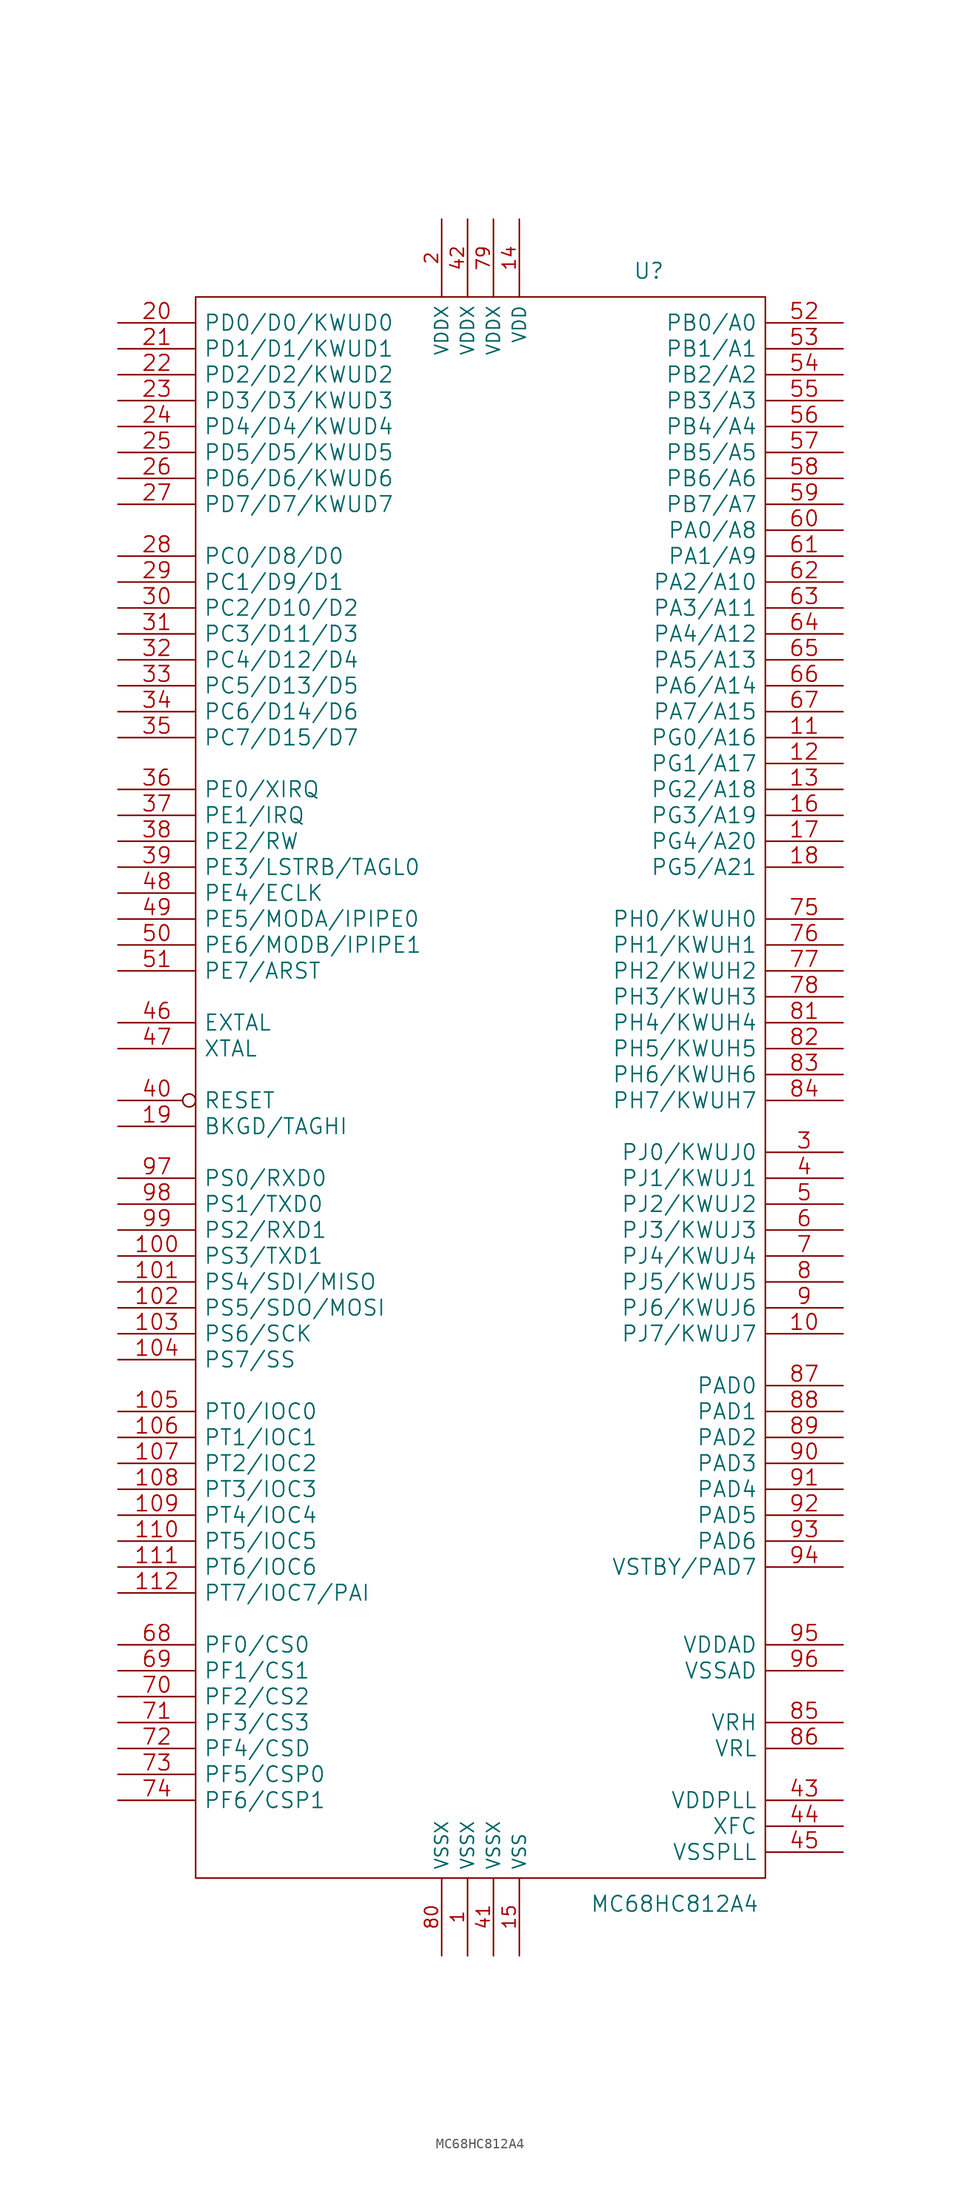
<source format=kicad_sym>
(kicad_symbol_lib
  (version 20211014)
  (generator kicad_symbol_editor)
  (symbol "MC68HC812A4"
    (pin_names
      (offset 0.762))
    (property "Reference" "U"
      (at 16.51 86.36 0)
      (effects (font (size 1.524 1.524))))
    (property "Value" "MC68HC812A4"
      (at 19.05 -73.66 0)
      (effects (font (size 1.524 1.524))))
    (property "Footprint" ""
      (at 0 0 0)
      (effects (font (size 1.524 1.524))))
    (property "Datasheet" ""
      (at 0 0 0)
      (effects (font (size 1.524 1.524))))
    (symbol "MC68HC812A4_0_1"
      (rectangle (start -27.94 83.82) (end 27.94 -71.12) (stroke (width 0) (type default) (color 0 0 0 0)) (fill (type none))))
    (symbol "MC68HC812A4_1_1"
      (pin power_in line (at -1.27 -78.74 90) (length 7.62) (name "VSSX" (effects (font (size 1.27 1.27)))) (number "1" (effects (font (size 1.27 1.27)))))
      (pin bidirectional line (at 35.56 -17.78 180) (length 7.62) (name "PJ7/KWUJ7" (effects (font (size 1.524 1.524)))) (number "10" (effects (font (size 1.524 1.524)))))
      (pin bidirectional line (at -35.56 -10.16 0) (length 7.62) (name "PS3/TXD1" (effects (font (size 1.524 1.524)))) (number "100" (effects (font (size 1.524 1.524)))))
      (pin bidirectional line (at -35.56 -12.7 0) (length 7.62) (name "PS4/SDI/MISO" (effects (font (size 1.524 1.524)))) (number "101" (effects (font (size 1.524 1.524)))))
      (pin bidirectional line (at -35.56 -15.24 0) (length 7.62) (name "PS5/SDO/MOSI" (effects (font (size 1.524 1.524)))) (number "102" (effects (font (size 1.524 1.524)))))
      (pin bidirectional line (at -35.56 -17.78 0) (length 7.62) (name "PS6/SCK" (effects (font (size 1.524 1.524)))) (number "103" (effects (font (size 1.524 1.524)))))
      (pin bidirectional line (at -35.56 -20.32 0) (length 7.62) (name "PS7/SS" (effects (font (size 1.524 1.524)))) (number "104" (effects (font (size 1.524 1.524)))))
      (pin bidirectional line (at -35.56 -25.4 0) (length 7.62) (name "PT0/IOC0" (effects (font (size 1.524 1.524)))) (number "105" (effects (font (size 1.524 1.524)))))
      (pin bidirectional line (at -35.56 -27.94 0) (length 7.62) (name "PT1/IOC1" (effects (font (size 1.524 1.524)))) (number "106" (effects (font (size 1.524 1.524)))))
      (pin bidirectional line (at -35.56 -30.48 0) (length 7.62) (name "PT2/IOC2" (effects (font (size 1.524 1.524)))) (number "107" (effects (font (size 1.524 1.524)))))
      (pin bidirectional line (at -35.56 -33.02 0) (length 7.62) (name "PT3/IOC3" (effects (font (size 1.524 1.524)))) (number "108" (effects (font (size 1.524 1.524)))))
      (pin bidirectional line (at -35.56 -35.56 0) (length 7.62) (name "PT4/IOC4" (effects (font (size 1.524 1.524)))) (number "109" (effects (font (size 1.524 1.524)))))
      (pin bidirectional line (at 35.56 40.64 180) (length 7.62) (name "PG0/A16" (effects (font (size 1.524 1.524)))) (number "11" (effects (font (size 1.524 1.524)))))
      (pin bidirectional line (at -35.56 -38.1 0) (length 7.62) (name "PT5/IOC5" (effects (font (size 1.524 1.524)))) (number "110" (effects (font (size 1.524 1.524)))))
      (pin bidirectional line (at -35.56 -40.64 0) (length 7.62) (name "PT6/IOC6" (effects (font (size 1.524 1.524)))) (number "111" (effects (font (size 1.524 1.524)))))
      (pin bidirectional line (at -35.56 -43.18 0) (length 7.62) (name "PT7/IOC7/PAI" (effects (font (size 1.524 1.524)))) (number "112" (effects (font (size 1.524 1.524)))))
      (pin bidirectional line (at 35.56 38.1 180) (length 7.62) (name "PG1/A17" (effects (font (size 1.524 1.524)))) (number "12" (effects (font (size 1.524 1.524)))))
      (pin bidirectional line (at 35.56 35.56 180) (length 7.62) (name "PG2/A18" (effects (font (size 1.524 1.524)))) (number "13" (effects (font (size 1.524 1.524)))))
      (pin power_in line (at 3.81 91.44 270) (length 7.62) (name "VDD" (effects (font (size 1.27 1.27)))) (number "14" (effects (font (size 1.27 1.27)))))
      (pin power_in line (at 3.81 -78.74 90) (length 7.62) (name "VSS" (effects (font (size 1.27 1.27)))) (number "15" (effects (font (size 1.27 1.27)))))
      (pin bidirectional line (at 35.56 33.02 180) (length 7.62) (name "PG3/A19" (effects (font (size 1.524 1.524)))) (number "16" (effects (font (size 1.524 1.524)))))
      (pin bidirectional line (at 35.56 30.48 180) (length 7.62) (name "PG4/A20" (effects (font (size 1.524 1.524)))) (number "17" (effects (font (size 1.524 1.524)))))
      (pin bidirectional line (at 35.56 27.94 180) (length 7.62) (name "PG5/A21" (effects (font (size 1.524 1.524)))) (number "18" (effects (font (size 1.524 1.524)))))
      (pin bidirectional line (at -35.56 2.54 0) (length 7.62) (name "BKGD/TAGHI" (effects (font (size 1.524 1.524)))) (number "19" (effects (font (size 1.524 1.524)))))
      (pin power_in line (at -3.81 91.44 270) (length 7.62) (name "VDDX" (effects (font (size 1.27 1.27)))) (number "2" (effects (font (size 1.27 1.27)))))
      (pin bidirectional line (at -35.56 81.28 0) (length 7.62) (name "PD0/D0/KWUD0" (effects (font (size 1.524 1.524)))) (number "20" (effects (font (size 1.524 1.524)))))
      (pin bidirectional line (at -35.56 78.74 0) (length 7.62) (name "PD1/D1/KWUD1" (effects (font (size 1.524 1.524)))) (number "21" (effects (font (size 1.524 1.524)))))
      (pin bidirectional line (at -35.56 76.2 0) (length 7.62) (name "PD2/D2/KWUD2" (effects (font (size 1.524 1.524)))) (number "22" (effects (font (size 1.524 1.524)))))
      (pin bidirectional line (at -35.56 73.66 0) (length 7.62) (name "PD3/D3/KWUD3" (effects (font (size 1.524 1.524)))) (number "23" (effects (font (size 1.524 1.524)))))
      (pin bidirectional line (at -35.56 71.12 0) (length 7.62) (name "PD4/D4/KWUD4" (effects (font (size 1.524 1.524)))) (number "24" (effects (font (size 1.524 1.524)))))
      (pin bidirectional line (at -35.56 68.58 0) (length 7.62) (name "PD5/D5/KWUD5" (effects (font (size 1.524 1.524)))) (number "25" (effects (font (size 1.524 1.524)))))
      (pin bidirectional line (at -35.56 66.04 0) (length 7.62) (name "PD6/D6/KWUD6" (effects (font (size 1.524 1.524)))) (number "26" (effects (font (size 1.524 1.524)))))
      (pin bidirectional line (at -35.56 63.5 0) (length 7.62) (name "PD7/D7/KWUD7" (effects (font (size 1.524 1.524)))) (number "27" (effects (font (size 1.524 1.524)))))
      (pin bidirectional line (at -35.56 58.42 0) (length 7.62) (name "PC0/D8/D0" (effects (font (size 1.524 1.524)))) (number "28" (effects (font (size 1.524 1.524)))))
      (pin bidirectional line (at -35.56 55.88 0) (length 7.62) (name "PC1/D9/D1" (effects (font (size 1.524 1.524)))) (number "29" (effects (font (size 1.524 1.524)))))
      (pin bidirectional line (at 35.56 0 180) (length 7.62) (name "PJ0/KWUJ0" (effects (font (size 1.524 1.524)))) (number "3" (effects (font (size 1.524 1.524)))))
      (pin bidirectional line (at -35.56 53.34 0) (length 7.62) (name "PC2/D10/D2" (effects (font (size 1.524 1.524)))) (number "30" (effects (font (size 1.524 1.524)))))
      (pin bidirectional line (at -35.56 50.8 0) (length 7.62) (name "PC3/D11/D3" (effects (font (size 1.524 1.524)))) (number "31" (effects (font (size 1.524 1.524)))))
      (pin bidirectional line (at -35.56 48.26 0) (length 7.62) (name "PC4/D12/D4" (effects (font (size 1.524 1.524)))) (number "32" (effects (font (size 1.524 1.524)))))
      (pin bidirectional line (at -35.56 45.72 0) (length 7.62) (name "PC5/D13/D5" (effects (font (size 1.524 1.524)))) (number "33" (effects (font (size 1.524 1.524)))))
      (pin bidirectional line (at -35.56 43.18 0) (length 7.62) (name "PC6/D14/D6" (effects (font (size 1.524 1.524)))) (number "34" (effects (font (size 1.524 1.524)))))
      (pin bidirectional line (at -35.56 40.64 0) (length 7.62) (name "PC7/D15/D7" (effects (font (size 1.524 1.524)))) (number "35" (effects (font (size 1.524 1.524)))))
      (pin input line (at -35.56 35.56 0) (length 7.62) (name "PE0/XIRQ" (effects (font (size 1.524 1.524)))) (number "36" (effects (font (size 1.524 1.524)))))
      (pin input line (at -35.56 33.02 0) (length 7.62) (name "PE1/IRQ" (effects (font (size 1.524 1.524)))) (number "37" (effects (font (size 1.524 1.524)))))
      (pin bidirectional line (at -35.56 30.48 0) (length 7.62) (name "PE2/RW" (effects (font (size 1.524 1.524)))) (number "38" (effects (font (size 1.524 1.524)))))
      (pin bidirectional line (at -35.56 27.94 0) (length 7.62) (name "PE3/LSTRB/TAGL0" (effects (font (size 1.524 1.524)))) (number "39" (effects (font (size 1.524 1.524)))))
      (pin bidirectional line (at 35.56 -2.54 180) (length 7.62) (name "PJ1/KWUJ1" (effects (font (size 1.524 1.524)))) (number "4" (effects (font (size 1.524 1.524)))))
      (pin bidirectional inverted (at -35.56 5.08 0) (length 7.62) (name "RESET" (effects (font (size 1.524 1.524)))) (number "40" (effects (font (size 1.524 1.524)))))
      (pin power_in line (at 1.27 -78.74 90) (length 7.62) (name "VSSX" (effects (font (size 1.27 1.27)))) (number "41" (effects (font (size 1.27 1.27)))))
      (pin power_in line (at -1.27 91.44 270) (length 7.62) (name "VDDX" (effects (font (size 1.27 1.27)))) (number "42" (effects (font (size 1.27 1.27)))))
      (pin input line (at 35.56 -63.5 180) (length 7.62) (name "VDDPLL" (effects (font (size 1.524 1.524)))) (number "43" (effects (font (size 1.524 1.524)))))
      (pin passive line (at 35.56 -66.04 180) (length 7.62) (name "XFC" (effects (font (size 1.524 1.524)))) (number "44" (effects (font (size 1.524 1.524)))))
      (pin input line (at 35.56 -68.58 180) (length 7.62) (name "VSSPLL" (effects (font (size 1.524 1.524)))) (number "45" (effects (font (size 1.524 1.524)))))
      (pin input line (at -35.56 12.7 0) (length 7.62) (name "EXTAL" (effects (font (size 1.524 1.524)))) (number "46" (effects (font (size 1.524 1.524)))))
      (pin output line (at -35.56 10.16 0) (length 7.62) (name "XTAL" (effects (font (size 1.524 1.524)))) (number "47" (effects (font (size 1.524 1.524)))))
      (pin bidirectional line (at -35.56 25.4 0) (length 7.62) (name "PE4/ECLK" (effects (font (size 1.524 1.524)))) (number "48" (effects (font (size 1.524 1.524)))))
      (pin bidirectional line (at -35.56 22.86 0) (length 7.62) (name "PE5/MODA/IPIPE0" (effects (font (size 1.524 1.524)))) (number "49" (effects (font (size 1.524 1.524)))))
      (pin bidirectional line (at 35.56 -5.08 180) (length 7.62) (name "PJ2/KWUJ2" (effects (font (size 1.524 1.524)))) (number "5" (effects (font (size 1.524 1.524)))))
      (pin bidirectional line (at -35.56 20.32 0) (length 7.62) (name "PE6/MODB/IPIPE1" (effects (font (size 1.524 1.524)))) (number "50" (effects (font (size 1.524 1.524)))))
      (pin bidirectional line (at -35.56 17.78 0) (length 7.62) (name "PE7/ARST" (effects (font (size 1.524 1.524)))) (number "51" (effects (font (size 1.524 1.524)))))
      (pin bidirectional line (at 35.56 81.28 180) (length 7.62) (name "PB0/A0" (effects (font (size 1.524 1.524)))) (number "52" (effects (font (size 1.524 1.524)))))
      (pin bidirectional line (at 35.56 78.74 180) (length 7.62) (name "PB1/A1" (effects (font (size 1.524 1.524)))) (number "53" (effects (font (size 1.524 1.524)))))
      (pin bidirectional line (at 35.56 76.2 180) (length 7.62) (name "PB2/A2" (effects (font (size 1.524 1.524)))) (number "54" (effects (font (size 1.524 1.524)))))
      (pin bidirectional line (at 35.56 73.66 180) (length 7.62) (name "PB3/A3" (effects (font (size 1.524 1.524)))) (number "55" (effects (font (size 1.524 1.524)))))
      (pin bidirectional line (at 35.56 71.12 180) (length 7.62) (name "PB4/A4" (effects (font (size 1.524 1.524)))) (number "56" (effects (font (size 1.524 1.524)))))
      (pin bidirectional line (at 35.56 68.58 180) (length 7.62) (name "PB5/A5" (effects (font (size 1.524 1.524)))) (number "57" (effects (font (size 1.524 1.524)))))
      (pin bidirectional line (at 35.56 66.04 180) (length 7.62) (name "PB6/A6" (effects (font (size 1.524 1.524)))) (number "58" (effects (font (size 1.524 1.524)))))
      (pin bidirectional line (at 35.56 63.5 180) (length 7.62) (name "PB7/A7" (effects (font (size 1.524 1.524)))) (number "59" (effects (font (size 1.524 1.524)))))
      (pin bidirectional line (at 35.56 -7.62 180) (length 7.62) (name "PJ3/KWUJ3" (effects (font (size 1.524 1.524)))) (number "6" (effects (font (size 1.524 1.524)))))
      (pin bidirectional line (at 35.56 60.96 180) (length 7.62) (name "PA0/A8" (effects (font (size 1.524 1.524)))) (number "60" (effects (font (size 1.524 1.524)))))
      (pin bidirectional line (at 35.56 58.42 180) (length 7.62) (name "PA1/A9" (effects (font (size 1.524 1.524)))) (number "61" (effects (font (size 1.524 1.524)))))
      (pin bidirectional line (at 35.56 55.88 180) (length 7.62) (name "PA2/A10" (effects (font (size 1.524 1.524)))) (number "62" (effects (font (size 1.524 1.524)))))
      (pin bidirectional line (at 35.56 53.34 180) (length 7.62) (name "PA3/A11" (effects (font (size 1.524 1.524)))) (number "63" (effects (font (size 1.524 1.524)))))
      (pin bidirectional line (at 35.56 50.8 180) (length 7.62) (name "PA4/A12" (effects (font (size 1.524 1.524)))) (number "64" (effects (font (size 1.524 1.524)))))
      (pin bidirectional line (at 35.56 48.26 180) (length 7.62) (name "PA5/A13" (effects (font (size 1.524 1.524)))) (number "65" (effects (font (size 1.524 1.524)))))
      (pin bidirectional line (at 35.56 45.72 180) (length 7.62) (name "PA6/A14" (effects (font (size 1.524 1.524)))) (number "66" (effects (font (size 1.524 1.524)))))
      (pin bidirectional line (at 35.56 43.18 180) (length 7.62) (name "PA7/A15" (effects (font (size 1.524 1.524)))) (number "67" (effects (font (size 1.524 1.524)))))
      (pin bidirectional line (at -35.56 -48.26 0) (length 7.62) (name "PF0/CS0" (effects (font (size 1.524 1.524)))) (number "68" (effects (font (size 1.524 1.524)))))
      (pin bidirectional line (at -35.56 -50.8 0) (length 7.62) (name "PF1/CS1" (effects (font (size 1.524 1.524)))) (number "69" (effects (font (size 1.524 1.524)))))
      (pin bidirectional line (at 35.56 -10.16 180) (length 7.62) (name "PJ4/KWUJ4" (effects (font (size 1.524 1.524)))) (number "7" (effects (font (size 1.524 1.524)))))
      (pin bidirectional line (at -35.56 -53.34 0) (length 7.62) (name "PF2/CS2" (effects (font (size 1.524 1.524)))) (number "70" (effects (font (size 1.524 1.524)))))
      (pin bidirectional line (at -35.56 -55.88 0) (length 7.62) (name "PF3/CS3" (effects (font (size 1.524 1.524)))) (number "71" (effects (font (size 1.524 1.524)))))
      (pin bidirectional line (at -35.56 -58.42 0) (length 7.62) (name "PF4/CSD" (effects (font (size 1.524 1.524)))) (number "72" (effects (font (size 1.524 1.524)))))
      (pin bidirectional line (at -35.56 -60.96 0) (length 7.62) (name "PF5/CSP0" (effects (font (size 1.524 1.524)))) (number "73" (effects (font (size 1.524 1.524)))))
      (pin bidirectional line (at -35.56 -63.5 0) (length 7.62) (name "PF6/CSP1" (effects (font (size 1.524 1.524)))) (number "74" (effects (font (size 1.524 1.524)))))
      (pin bidirectional line (at 35.56 22.86 180) (length 7.62) (name "PH0/KWUH0" (effects (font (size 1.524 1.524)))) (number "75" (effects (font (size 1.524 1.524)))))
      (pin bidirectional line (at 35.56 20.32 180) (length 7.62) (name "PH1/KWUH1" (effects (font (size 1.524 1.524)))) (number "76" (effects (font (size 1.524 1.524)))))
      (pin bidirectional line (at 35.56 17.78 180) (length 7.62) (name "PH2/KWUH2" (effects (font (size 1.524 1.524)))) (number "77" (effects (font (size 1.524 1.524)))))
      (pin bidirectional line (at 35.56 15.24 180) (length 7.62) (name "PH3/KWUH3" (effects (font (size 1.524 1.524)))) (number "78" (effects (font (size 1.524 1.524)))))
      (pin power_in line (at 1.27 91.44 270) (length 7.62) (name "VDDX" (effects (font (size 1.27 1.27)))) (number "79" (effects (font (size 1.27 1.27)))))
      (pin bidirectional line (at 35.56 -12.7 180) (length 7.62) (name "PJ5/KWUJ5" (effects (font (size 1.524 1.524)))) (number "8" (effects (font (size 1.524 1.524)))))
      (pin power_in line (at -3.81 -78.74 90) (length 7.62) (name "VSSX" (effects (font (size 1.27 1.27)))) (number "80" (effects (font (size 1.27 1.27)))))
      (pin bidirectional line (at 35.56 12.7 180) (length 7.62) (name "PH4/KWUH4" (effects (font (size 1.524 1.524)))) (number "81" (effects (font (size 1.524 1.524)))))
      (pin bidirectional line (at 35.56 10.16 180) (length 7.62) (name "PH5/KWUH5" (effects (font (size 1.524 1.524)))) (number "82" (effects (font (size 1.524 1.524)))))
      (pin bidirectional line (at 35.56 7.62 180) (length 7.62) (name "PH6/KWUH6" (effects (font (size 1.524 1.524)))) (number "83" (effects (font (size 1.524 1.524)))))
      (pin bidirectional line (at 35.56 5.08 180) (length 7.62) (name "PH7/KWUH7" (effects (font (size 1.524 1.524)))) (number "84" (effects (font (size 1.524 1.524)))))
      (pin input line (at 35.56 -55.88 180) (length 7.62) (name "VRH" (effects (font (size 1.524 1.524)))) (number "85" (effects (font (size 1.524 1.524)))))
      (pin input line (at 35.56 -58.42 180) (length 7.62) (name "VRL" (effects (font (size 1.524 1.524)))) (number "86" (effects (font (size 1.524 1.524)))))
      (pin input line (at 35.56 -22.86 180) (length 7.62) (name "PAD0" (effects (font (size 1.524 1.524)))) (number "87" (effects (font (size 1.524 1.524)))))
      (pin input line (at 35.56 -25.4 180) (length 7.62) (name "PAD1" (effects (font (size 1.524 1.524)))) (number "88" (effects (font (size 1.524 1.524)))))
      (pin input line (at 35.56 -27.94 180) (length 7.62) (name "PAD2" (effects (font (size 1.524 1.524)))) (number "89" (effects (font (size 1.524 1.524)))))
      (pin bidirectional line (at 35.56 -15.24 180) (length 7.62) (name "PJ6/KWUJ6" (effects (font (size 1.524 1.524)))) (number "9" (effects (font (size 1.524 1.524)))))
      (pin input line (at 35.56 -30.48 180) (length 7.62) (name "PAD3" (effects (font (size 1.524 1.524)))) (number "90" (effects (font (size 1.524 1.524)))))
      (pin input line (at 35.56 -33.02 180) (length 7.62) (name "PAD4" (effects (font (size 1.524 1.524)))) (number "91" (effects (font (size 1.524 1.524)))))
      (pin input line (at 35.56 -35.56 180) (length 7.62) (name "PAD5" (effects (font (size 1.524 1.524)))) (number "92" (effects (font (size 1.524 1.524)))))
      (pin input line (at 35.56 -38.1 180) (length 7.62) (name "PAD6" (effects (font (size 1.524 1.524)))) (number "93" (effects (font (size 1.524 1.524)))))
      (pin input line (at 35.56 -40.64 180) (length 7.62) (name "VSTBY/PAD7" (effects (font (size 1.524 1.524)))) (number "94" (effects (font (size 1.524 1.524)))))
      (pin input line (at 35.56 -48.26 180) (length 7.62) (name "VDDAD" (effects (font (size 1.524 1.524)))) (number "95" (effects (font (size 1.524 1.524)))))
      (pin input line (at 35.56 -50.8 180) (length 7.62) (name "VSSAD" (effects (font (size 1.524 1.524)))) (number "96" (effects (font (size 1.524 1.524)))))
      (pin bidirectional line (at -35.56 -2.54 0) (length 7.62) (name "PS0/RXD0" (effects (font (size 1.524 1.524)))) (number "97" (effects (font (size 1.524 1.524)))))
      (pin bidirectional line (at -35.56 -5.08 0) (length 7.62) (name "PS1/TXD0" (effects (font (size 1.524 1.524)))) (number "98" (effects (font (size 1.524 1.524)))))
      (pin bidirectional line (at -35.56 -7.62 0) (length 7.62) (name "PS2/RXD1" (effects (font (size 1.524 1.524)))) (number "99" (effects (font (size 1.524 1.524))))))))
</source>
